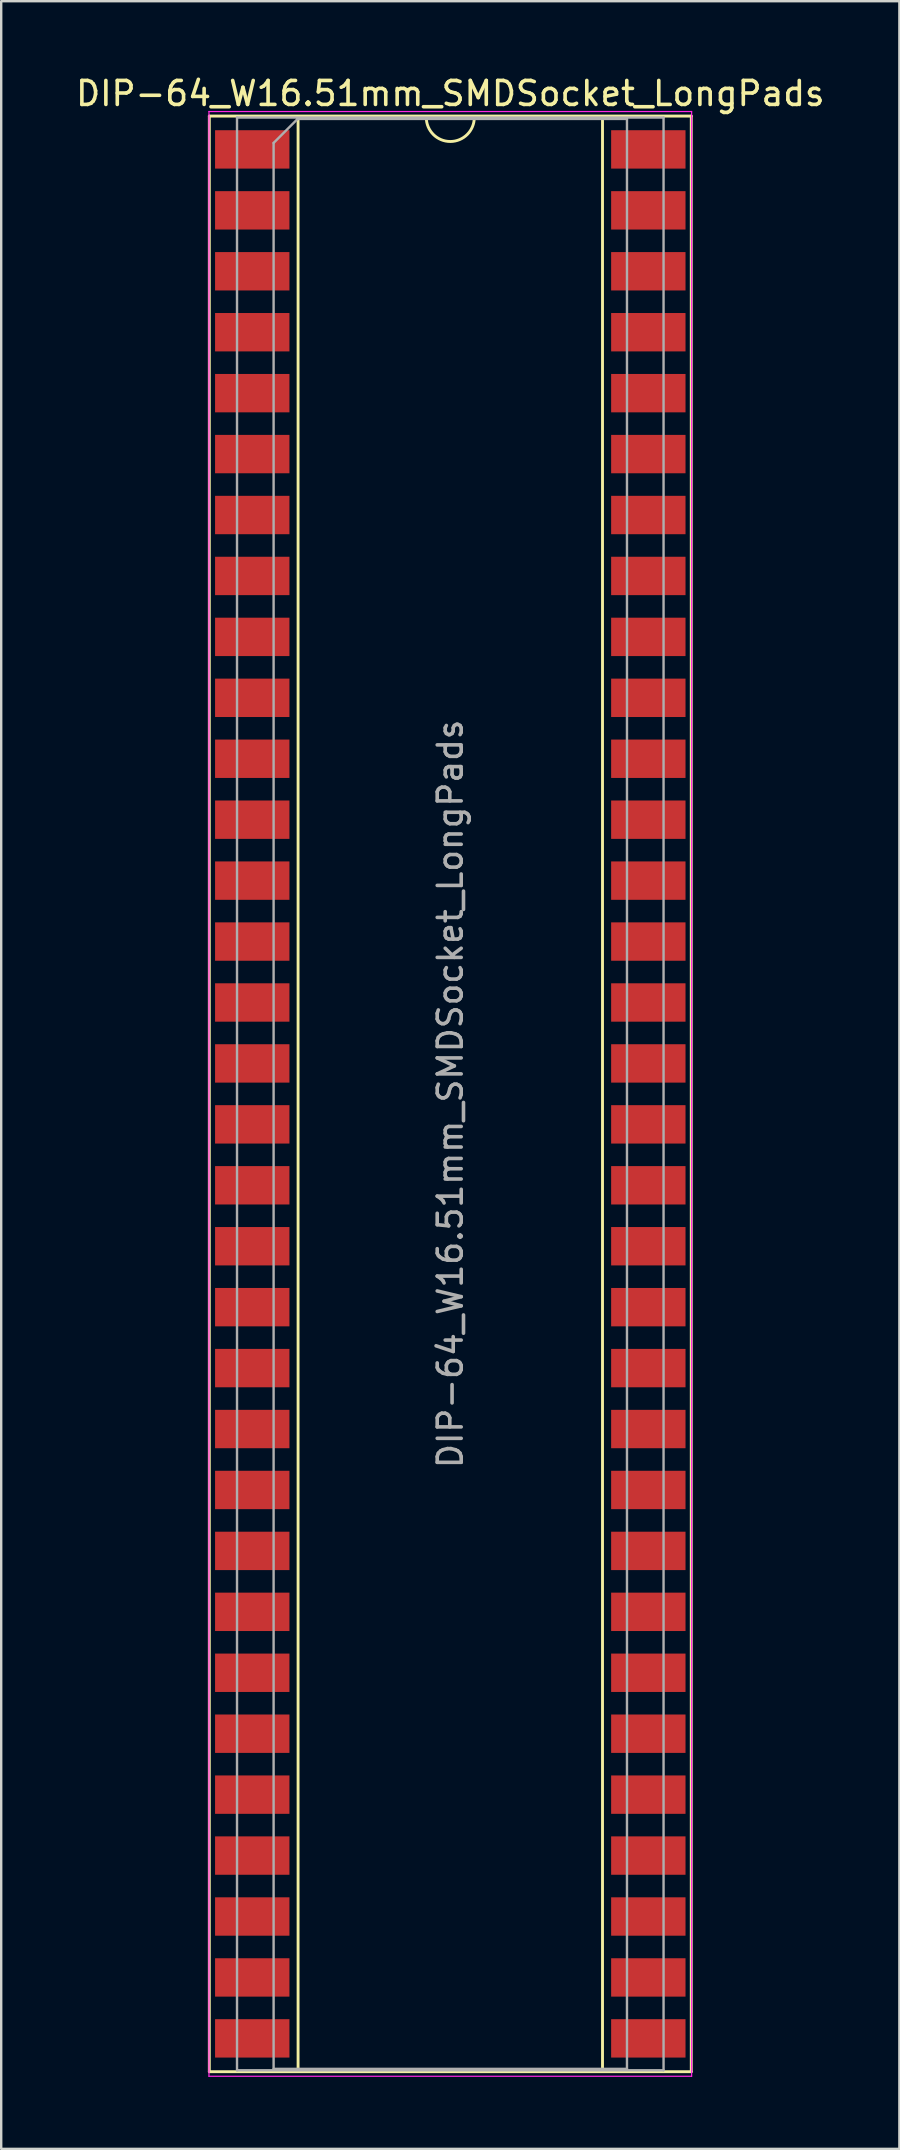
<source format=kicad_pcb>
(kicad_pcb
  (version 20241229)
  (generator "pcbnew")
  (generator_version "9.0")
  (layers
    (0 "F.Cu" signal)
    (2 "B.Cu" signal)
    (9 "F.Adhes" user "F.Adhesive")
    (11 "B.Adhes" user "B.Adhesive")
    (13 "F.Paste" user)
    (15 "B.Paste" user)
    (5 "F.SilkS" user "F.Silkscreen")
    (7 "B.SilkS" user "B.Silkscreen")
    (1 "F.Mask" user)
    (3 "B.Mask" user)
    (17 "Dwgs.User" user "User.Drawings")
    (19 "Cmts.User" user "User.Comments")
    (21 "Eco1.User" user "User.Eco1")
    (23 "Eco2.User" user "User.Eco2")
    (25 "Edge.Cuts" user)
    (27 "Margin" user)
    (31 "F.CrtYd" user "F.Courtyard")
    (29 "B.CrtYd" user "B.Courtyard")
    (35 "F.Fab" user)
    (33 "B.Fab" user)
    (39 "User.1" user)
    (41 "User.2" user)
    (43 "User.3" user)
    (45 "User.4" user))
  (footprint "DIP-64_W16.51mm_SMDSocket_LongPads"
    (layer "F.Cu")
    (at 15.72 42.548)
    (property "Reference" "DIP-64_W16.51mm_SMDSocket_LongPads" (at 0 -41.7 0) (layer "F.SilkS") (effects (font (size 1 1) (thickness 0.15))))
    (attr smd)
    (fp_line (start -10.045 -40.76) (end -10.045 40.76) (stroke (width 0.12) (type solid)) (layer "F.SilkS"))
    (fp_line (start -10.045 40.76) (end 10.045 40.76) (stroke (width 0.12) (type solid)) (layer "F.SilkS"))
    (fp_line (start -6.345 -40.7) (end -6.345 40.7) (stroke (width 0.12) (type solid)) (layer "F.SilkS"))
    (fp_line (start -6.345 40.7) (end 6.345 40.7) (stroke (width 0.12) (type solid)) (layer "F.SilkS"))
    (fp_line (start -1 -40.7) (end -6.345 -40.7) (stroke (width 0.12) (type solid)) (layer "F.SilkS"))
    (fp_line (start 6.345 -40.7) (end 1 -40.7) (stroke (width 0.12) (type solid)) (layer "F.SilkS"))
    (fp_line (start 6.345 40.7) (end 6.345 -40.7) (stroke (width 0.12) (type solid)) (layer "F.SilkS"))
    (fp_line (start 10.045 -40.76) (end -10.045 -40.76) (stroke (width 0.12) (type solid)) (layer "F.SilkS"))
    (fp_line (start 10.045 40.76) (end 10.045 -40.76) (stroke (width 0.12) (type solid)) (layer "F.SilkS"))
    (fp_arc (start 1 -40.7) (mid 0 -39.7) (end -1 -40.7) (stroke (width 0.12) (type solid)) (layer "F.SilkS"))
    (fp_line (start -10.06 -40.95) (end -10.06 40.95) (stroke (width 0.05) (type solid)) (layer "F.CrtYd"))
    (fp_line (start -10.06 40.95) (end 10.06 40.95) (stroke (width 0.05) (type solid)) (layer "F.CrtYd"))
    (fp_line (start 10.06 -40.95) (end -10.06 -40.95) (stroke (width 0.05) (type solid)) (layer "F.CrtYd"))
    (fp_line (start 10.06 40.95) (end 10.06 -40.95) (stroke (width 0.05) (type solid)) (layer "F.CrtYd"))
    (fp_line (start -8.89 -40.7) (end -8.89 40.7) (stroke (width 0.1) (type solid)) (layer "F.Fab"))
    (fp_line (start -8.89 40.7) (end 8.89 40.7) (stroke (width 0.1) (type solid)) (layer "F.Fab"))
    (fp_line (start -7.365 -39.64) (end -6.365 -40.64) (stroke (width 0.1) (type solid)) (layer "F.Fab"))
    (fp_line (start -7.365 40.64) (end -7.365 -39.64) (stroke (width 0.1) (type solid)) (layer "F.Fab"))
    (fp_line (start -6.365 -40.64) (end 7.365 -40.64) (stroke (width 0.1) (type solid)) (layer "F.Fab"))
    (fp_line (start 7.365 -40.64) (end 7.365 40.64) (stroke (width 0.1) (type solid)) (layer "F.Fab"))
    (fp_line (start 7.365 40.64) (end -7.365 40.64) (stroke (width 0.1) (type solid)) (layer "F.Fab"))
    (fp_line (start 8.89 -40.7) (end -8.89 -40.7) (stroke (width 0.1) (type solid)) (layer "F.Fab"))
    (fp_line (start 8.89 40.7) (end 8.89 -40.7) (stroke (width 0.1) (type solid)) (layer "F.Fab"))
    (fp_text user "${REFERENCE}" (at 0 0 90) (layer "F.Fab") (effects (font (size 1 1) (thickness 0.15))))
    (pad "1" smd rect (at -8.255 -39.37) (size 3.1 1.6) (layers "F.Cu" "F.Mask" "F.Paste"))
    (pad "2" smd rect (at -8.255 -36.83) (size 3.1 1.6) (layers "F.Cu" "F.Mask" "F.Paste"))
    (pad "3" smd rect (at -8.255 -34.29) (size 3.1 1.6) (layers "F.Cu" "F.Mask" "F.Paste"))
    (pad "4" smd rect (at -8.255 -31.75) (size 3.1 1.6) (layers "F.Cu" "F.Mask" "F.Paste"))
    (pad "5" smd rect (at -8.255 -29.21) (size 3.1 1.6) (layers "F.Cu" "F.Mask" "F.Paste"))
    (pad "6" smd rect (at -8.255 -26.67) (size 3.1 1.6) (layers "F.Cu" "F.Mask" "F.Paste"))
    (pad "7" smd rect (at -8.255 -24.13) (size 3.1 1.6) (layers "F.Cu" "F.Mask" "F.Paste"))
    (pad "8" smd rect (at -8.255 -21.59) (size 3.1 1.6) (layers "F.Cu" "F.Mask" "F.Paste"))
    (pad "9" smd rect (at -8.255 -19.05) (size 3.1 1.6) (layers "F.Cu" "F.Mask" "F.Paste"))
    (pad "10" smd rect (at -8.255 -16.51) (size 3.1 1.6) (layers "F.Cu" "F.Mask" "F.Paste"))
    (pad "11" smd rect (at -8.255 -13.97) (size 3.1 1.6) (layers "F.Cu" "F.Mask" "F.Paste"))
    (pad "12" smd rect (at -8.255 -11.43) (size 3.1 1.6) (layers "F.Cu" "F.Mask" "F.Paste"))
    (pad "13" smd rect (at -8.255 -8.89) (size 3.1 1.6) (layers "F.Cu" "F.Mask" "F.Paste"))
    (pad "14" smd rect (at -8.255 -6.35) (size 3.1 1.6) (layers "F.Cu" "F.Mask" "F.Paste"))
    (pad "15" smd rect (at -8.255 -3.81) (size 3.1 1.6) (layers "F.Cu" "F.Mask" "F.Paste"))
    (pad "16" smd rect (at -8.255 -1.27) (size 3.1 1.6) (layers "F.Cu" "F.Mask" "F.Paste"))
    (pad "17" smd rect (at -8.255 1.27) (size 3.1 1.6) (layers "F.Cu" "F.Mask" "F.Paste"))
    (pad "18" smd rect (at -8.255 3.81) (size 3.1 1.6) (layers "F.Cu" "F.Mask" "F.Paste"))
    (pad "19" smd rect (at -8.255 6.35) (size 3.1 1.6) (layers "F.Cu" "F.Mask" "F.Paste"))
    (pad "20" smd rect (at -8.255 8.89) (size 3.1 1.6) (layers "F.Cu" "F.Mask" "F.Paste"))
    (pad "21" smd rect (at -8.255 11.43) (size 3.1 1.6) (layers "F.Cu" "F.Mask" "F.Paste"))
    (pad "22" smd rect (at -8.255 13.97) (size 3.1 1.6) (layers "F.Cu" "F.Mask" "F.Paste"))
    (pad "23" smd rect (at -8.255 16.51) (size 3.1 1.6) (layers "F.Cu" "F.Mask" "F.Paste"))
    (pad "24" smd rect (at -8.255 19.05) (size 3.1 1.6) (layers "F.Cu" "F.Mask" "F.Paste"))
    (pad "25" smd rect (at -8.255 21.59) (size 3.1 1.6) (layers "F.Cu" "F.Mask" "F.Paste"))
    (pad "26" smd rect (at -8.255 24.13) (size 3.1 1.6) (layers "F.Cu" "F.Mask" "F.Paste"))
    (pad "27" smd rect (at -8.255 26.67) (size 3.1 1.6) (layers "F.Cu" "F.Mask" "F.Paste"))
    (pad "28" smd rect (at -8.255 29.21) (size 3.1 1.6) (layers "F.Cu" "F.Mask" "F.Paste"))
    (pad "29" smd rect (at -8.255 31.75) (size 3.1 1.6) (layers "F.Cu" "F.Mask" "F.Paste"))
    (pad "30" smd rect (at -8.255 34.29) (size 3.1 1.6) (layers "F.Cu" "F.Mask" "F.Paste"))
    (pad "31" smd rect (at -8.255 36.83) (size 3.1 1.6) (layers "F.Cu" "F.Mask" "F.Paste"))
    (pad "32" smd rect (at -8.255 39.37) (size 3.1 1.6) (layers "F.Cu" "F.Mask" "F.Paste"))
    (pad "33" smd rect (at 8.255 39.37) (size 3.1 1.6) (layers "F.Cu" "F.Mask" "F.Paste"))
    (pad "34" smd rect (at 8.255 36.83) (size 3.1 1.6) (layers "F.Cu" "F.Mask" "F.Paste"))
    (pad "35" smd rect (at 8.255 34.29) (size 3.1 1.6) (layers "F.Cu" "F.Mask" "F.Paste"))
    (pad "36" smd rect (at 8.255 31.75) (size 3.1 1.6) (layers "F.Cu" "F.Mask" "F.Paste"))
    (pad "37" smd rect (at 8.255 29.21) (size 3.1 1.6) (layers "F.Cu" "F.Mask" "F.Paste"))
    (pad "38" smd rect (at 8.255 26.67) (size 3.1 1.6) (layers "F.Cu" "F.Mask" "F.Paste"))
    (pad "39" smd rect (at 8.255 24.13) (size 3.1 1.6) (layers "F.Cu" "F.Mask" "F.Paste"))
    (pad "40" smd rect (at 8.255 21.59) (size 3.1 1.6) (layers "F.Cu" "F.Mask" "F.Paste"))
    (pad "41" smd rect (at 8.255 19.05) (size 3.1 1.6) (layers "F.Cu" "F.Mask" "F.Paste"))
    (pad "42" smd rect (at 8.255 16.51) (size 3.1 1.6) (layers "F.Cu" "F.Mask" "F.Paste"))
    (pad "43" smd rect (at 8.255 13.97) (size 3.1 1.6) (layers "F.Cu" "F.Mask" "F.Paste"))
    (pad "44" smd rect (at 8.255 11.43) (size 3.1 1.6) (layers "F.Cu" "F.Mask" "F.Paste"))
    (pad "45" smd rect (at 8.255 8.89) (size 3.1 1.6) (layers "F.Cu" "F.Mask" "F.Paste"))
    (pad "46" smd rect (at 8.255 6.35) (size 3.1 1.6) (layers "F.Cu" "F.Mask" "F.Paste"))
    (pad "47" smd rect (at 8.255 3.81) (size 3.1 1.6) (layers "F.Cu" "F.Mask" "F.Paste"))
    (pad "48" smd rect (at 8.255 1.27) (size 3.1 1.6) (layers "F.Cu" "F.Mask" "F.Paste"))
    (pad "49" smd rect (at 8.255 -1.27) (size 3.1 1.6) (layers "F.Cu" "F.Mask" "F.Paste"))
    (pad "50" smd rect (at 8.255 -3.81) (size 3.1 1.6) (layers "F.Cu" "F.Mask" "F.Paste"))
    (pad "51" smd rect (at 8.255 -6.35) (size 3.1 1.6) (layers "F.Cu" "F.Mask" "F.Paste"))
    (pad "52" smd rect (at 8.255 -8.89) (size 3.1 1.6) (layers "F.Cu" "F.Mask" "F.Paste"))
    (pad "53" smd rect (at 8.255 -11.43) (size 3.1 1.6) (layers "F.Cu" "F.Mask" "F.Paste"))
    (pad "54" smd rect (at 8.255 -13.97) (size 3.1 1.6) (layers "F.Cu" "F.Mask" "F.Paste"))
    (pad "55" smd rect (at 8.255 -16.51) (size 3.1 1.6) (layers "F.Cu" "F.Mask" "F.Paste"))
    (pad "56" smd rect (at 8.255 -19.05) (size 3.1 1.6) (layers "F.Cu" "F.Mask" "F.Paste"))
    (pad "57" smd rect (at 8.255 -21.59) (size 3.1 1.6) (layers "F.Cu" "F.Mask" "F.Paste"))
    (pad "58" smd rect (at 8.255 -24.13) (size 3.1 1.6) (layers "F.Cu" "F.Mask" "F.Paste"))
    (pad "59" smd rect (at 8.255 -26.67) (size 3.1 1.6) (layers "F.Cu" "F.Mask" "F.Paste"))
    (pad "60" smd rect (at 8.255 -29.21) (size 3.1 1.6) (layers "F.Cu" "F.Mask" "F.Paste"))
    (pad "61" smd rect (at 8.255 -31.75) (size 3.1 1.6) (layers "F.Cu" "F.Mask" "F.Paste"))
    (pad "62" smd rect (at 8.255 -34.29) (size 3.1 1.6) (layers "F.Cu" "F.Mask" "F.Paste"))
    (pad "63" smd rect (at 8.255 -36.83) (size 3.1 1.6) (layers "F.Cu" "F.Mask" "F.Paste"))
    (pad "64" smd rect (at 8.255 -39.37) (size 3.1 1.6) (layers "F.Cu" "F.Mask" "F.Paste")))
  (gr_rect
    (start -3 -3)
    (end 34.44 86.523)
    (stroke (width 0.1) (type default))
    (fill no)
    (layer "Edge.Cuts")))
</source>
